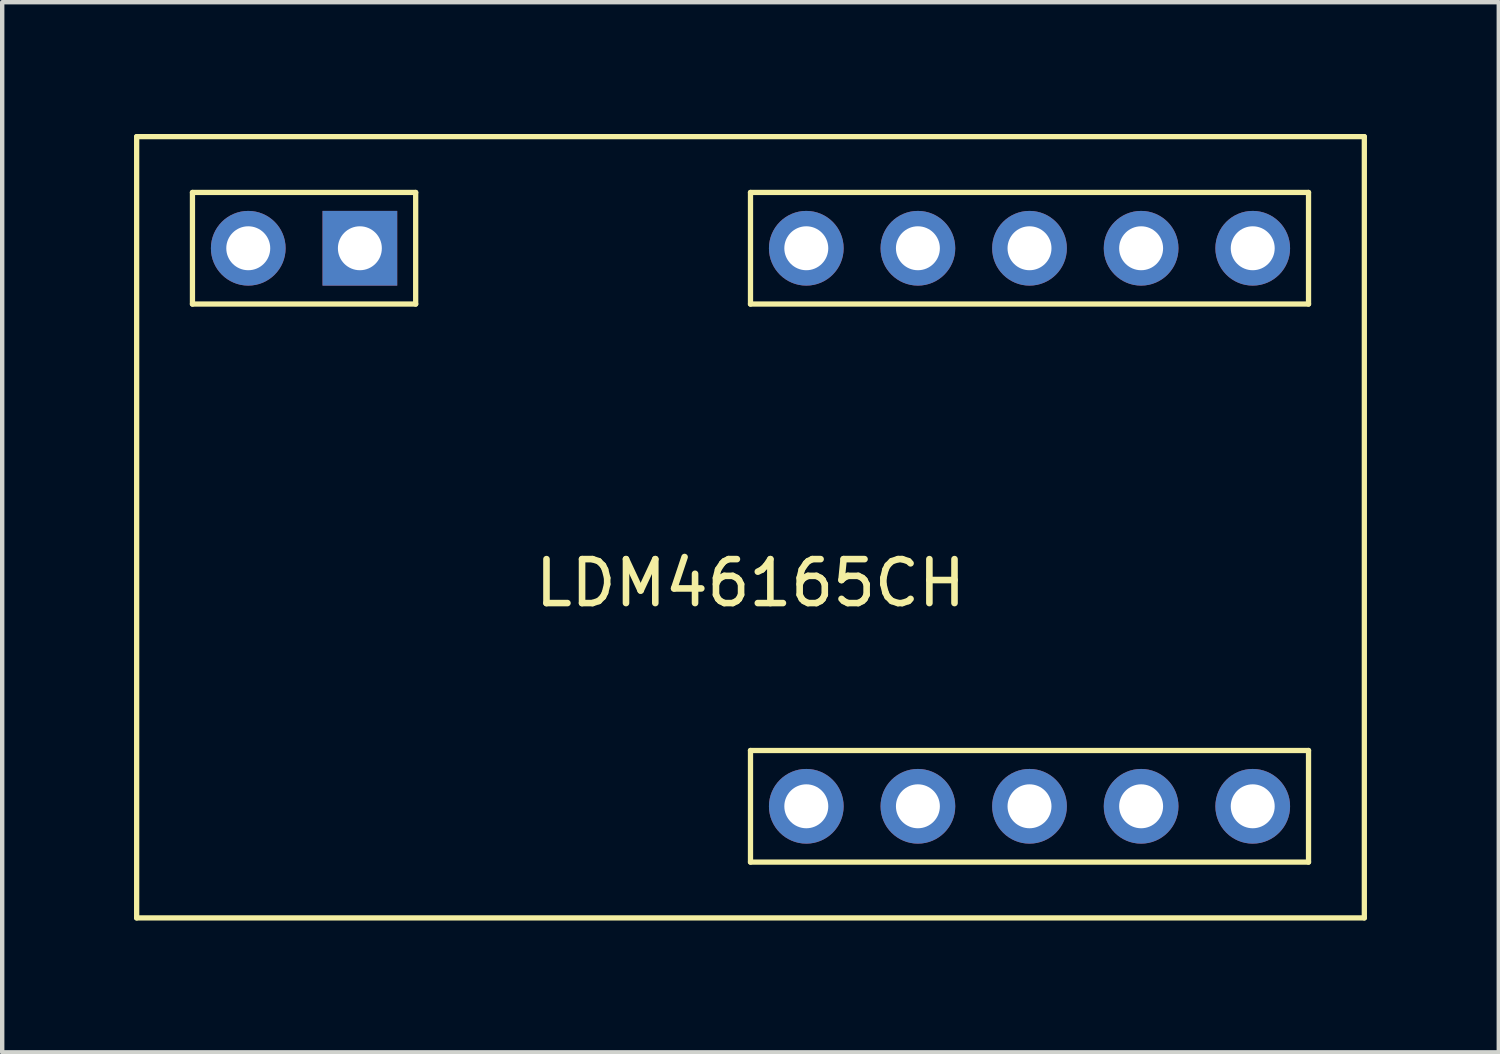
<source format=kicad_pcb>
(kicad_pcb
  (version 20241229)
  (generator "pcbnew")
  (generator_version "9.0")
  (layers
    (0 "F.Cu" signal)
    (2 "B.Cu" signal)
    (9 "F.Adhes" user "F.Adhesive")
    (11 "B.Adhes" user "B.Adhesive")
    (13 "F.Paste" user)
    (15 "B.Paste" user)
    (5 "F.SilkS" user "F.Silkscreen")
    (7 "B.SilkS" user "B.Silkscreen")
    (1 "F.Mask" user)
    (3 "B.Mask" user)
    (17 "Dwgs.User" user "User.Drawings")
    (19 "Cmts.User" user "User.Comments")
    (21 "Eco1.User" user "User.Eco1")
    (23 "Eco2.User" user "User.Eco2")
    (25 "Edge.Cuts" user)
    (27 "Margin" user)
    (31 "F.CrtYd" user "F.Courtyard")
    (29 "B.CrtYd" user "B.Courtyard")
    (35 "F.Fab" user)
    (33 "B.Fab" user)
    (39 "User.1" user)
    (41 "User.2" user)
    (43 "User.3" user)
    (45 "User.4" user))
  (footprint "LDM46165CH"
    (layer "F.Cu")
    (at 14.03 8.95)
    (property "Reference" "LDM46165CH" (at 0 1.27 0) (layer "F.SilkS") (effects (font (size 1 1) (thickness 0.15))))
    (attr through_hole)
    (fp_line (start -13.97 -8.89) (end -13.97 8.89) (stroke (width 0.12) (type solid)) (layer "F.SilkS"))
    (fp_line (start -13.97 -8.89) (end 13.97 -8.89) (stroke (width 0.12) (type solid)) (layer "F.SilkS"))
    (fp_line (start -13.97 8.89) (end 13.97 8.89) (stroke (width 0.12) (type solid)) (layer "F.SilkS"))
    (fp_line (start -12.7 -7.62) (end -7.62 -7.62) (stroke (width 0.12) (type solid)) (layer "F.SilkS"))
    (fp_line (start -12.7 -5.08) (end -12.7 -7.62) (stroke (width 0.12) (type solid)) (layer "F.SilkS"))
    (fp_line (start -7.62 -7.62) (end -7.62 -5.08) (stroke (width 0.12) (type solid)) (layer "F.SilkS"))
    (fp_line (start -7.62 -5.08) (end -12.7 -5.08) (stroke (width 0.12) (type solid)) (layer "F.SilkS"))
    (fp_line (start 0 -7.62) (end 12.7 -7.62) (stroke (width 0.12) (type solid)) (layer "F.SilkS"))
    (fp_line (start 0 -5.08) (end 0 -7.62) (stroke (width 0.12) (type solid)) (layer "F.SilkS"))
    (fp_line (start 0 5.08) (end 12.7 5.08) (stroke (width 0.12) (type solid)) (layer "F.SilkS"))
    (fp_line (start 0 7.62) (end 0 5.08) (stroke (width 0.12) (type solid)) (layer "F.SilkS"))
    (fp_line (start 12.7 -7.62) (end 12.7 -5.08) (stroke (width 0.12) (type solid)) (layer "F.SilkS"))
    (fp_line (start 12.7 -5.08) (end 0 -5.08) (stroke (width 0.12) (type solid)) (layer "F.SilkS"))
    (fp_line (start 12.7 5.08) (end 12.7 7.62) (stroke (width 0.12) (type solid)) (layer "F.SilkS"))
    (fp_line (start 12.7 7.62) (end 0 7.62) (stroke (width 0.12) (type solid)) (layer "F.SilkS"))
    (fp_line (start 13.97 -8.89) (end 13.97 8.89) (stroke (width 0.12) (type solid)) (layer "F.SilkS"))
    (pad "1" thru_hole circle (at -11.43 -6.35) (size 1.7 1.7) (drill 1) (layers "*.Cu" "*.Mask"))
    (pad "2" thru_hole circle (at 11.43 6.35) (size 1.7 1.7) (drill 1) (layers "*.Cu" "*.Mask"))
    (pad "3" thru_hole circle (at 8.89 6.35) (size 1.7 1.7) (drill 1) (layers "*.Cu" "*.Mask"))
    (pad "4" thru_hole circle (at 6.35 6.35) (size 1.7 1.7) (drill 1) (layers "*.Cu" "*.Mask"))
    (pad "5" thru_hole circle (at 3.81 6.35) (size 1.7 1.7) (drill 1) (layers "*.Cu" "*.Mask"))
    (pad "6" thru_hole circle (at 1.27 6.35) (size 1.7 1.7) (drill 1) (layers "*.Cu" "*.Mask"))
    (pad "7" thru_hole rect (at -8.89 -6.35) (size 1.7 1.7) (drill 1) (layers "*.Cu" "*.Mask"))
    (pad "8" thru_hole circle (at 11.43 -6.35) (size 1.7 1.7) (drill 1) (layers "*.Cu" "*.Mask"))
    (pad "9" thru_hole circle (at 8.89 -6.35) (size 1.7 1.7) (drill 1) (layers "*.Cu" "*.Mask"))
    (pad "10" thru_hole circle (at 6.35 -6.35) (size 1.7 1.7) (drill 1) (layers "*.Cu" "*.Mask"))
    (pad "11" thru_hole circle (at 3.81 -6.35) (size 1.7 1.7) (drill 1) (layers "*.Cu" "*.Mask"))
    (pad "12" thru_hole circle (at 1.27 -6.35) (size 1.7 1.7) (drill 1) (layers "*.Cu" "*.Mask")))
  (gr_rect
    (start -3 -3)
    (end 31.06 20.9)
    (stroke (width 0.1) (type default))
    (fill no)
    (layer "Edge.Cuts")))
</source>
